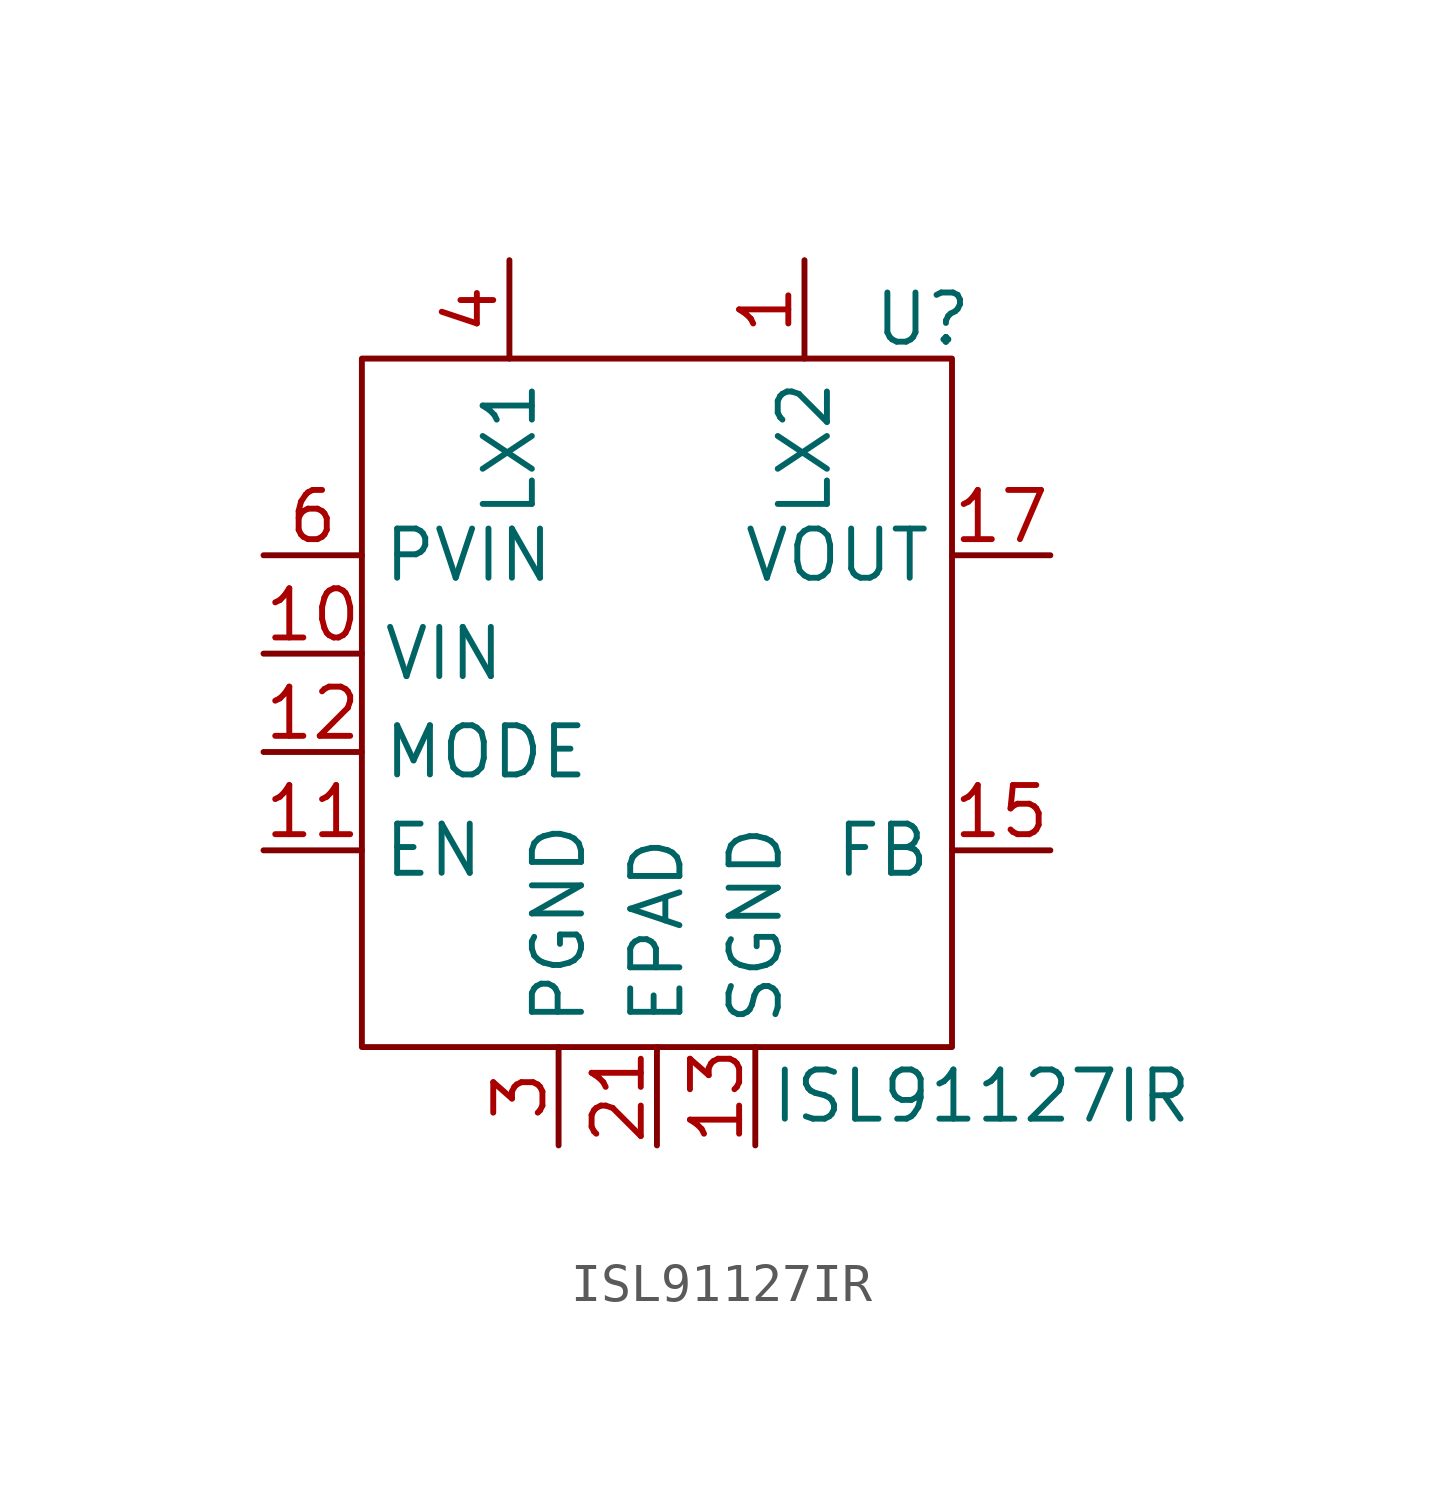
<source format=kicad_sym>
(kicad_symbol_lib
  (version 20231120)
  (generator "kicad_symbol_editor")
  (generator_version "8.0")
  (symbol "ISL91127IR"
    (property "Reference" "U"
      (at 6.858 7.366 0)
      (effects (font (size 1.27 1.27))))
    (property "Value" "ISL91127IR"
      (at 8.382 -12.7 0)
      (effects (font (size 1.27 1.27))))
    (symbol "ISL91127IR_0_1"
      (rectangle (start -7.62 6.35) (end 7.62 -11.43) (stroke (width 0) (type default)) (fill (type none))))
    (symbol "ISL91127IR_1_1"
      (pin bidirectional line (at 3.81 8.89 270) (length 2.54) (name "LX2" (effects (font (size 1.27 1.27)))) (number "1" (effects (font (size 1.27 1.27)))))
      (pin input line (at -10.16 -1.27 0) (length 2.54) (name "VIN" (effects (font (size 1.27 1.27)))) (number "10" (effects (font (size 1.27 1.27)))))
      (pin input line (at -10.16 -6.35 0) (length 2.54) (name "EN" (effects (font (size 1.27 1.27)))) (number "11" (effects (font (size 1.27 1.27)))))
      (pin input line (at -10.16 -3.81 0) (length 2.54) (name "MODE" (effects (font (size 1.27 1.27)))) (number "12" (effects (font (size 1.27 1.27)))))
      (pin power_in line (at 2.54 -13.97 90) (length 2.54) (name "SGND" (effects (font (size 1.27 1.27)))) (number "13" (effects (font (size 1.27 1.27)))))
      (pin power_in line (at 2.54 -13.97 90) (length 2.54) hide (name "SGND" (effects (font (size 1.27 1.27)))) (number "14" (effects (font (size 1.27 1.27)))))
      (pin input line (at 10.16 -6.35 180) (length 2.54) (name "FB" (effects (font (size 1.27 1.27)))) (number "15" (effects (font (size 1.27 1.27)))))
      (pin power_out line (at 10.16 1.27 180) (length 2.54) (name "VOUT" (effects (font (size 1.27 1.27)))) (number "17" (effects (font (size 1.27 1.27)))))
      (pin power_out line (at 10.16 1.27 180) (length 2.54) hide (name "VOUT" (effects (font (size 1.27 1.27)))) (number "18" (effects (font (size 1.27 1.27)))))
      (pin power_out line (at 10.16 1.27 180) (length 2.54) hide (name "VOUT" (effects (font (size 1.27 1.27)))) (number "19" (effects (font (size 1.27 1.27)))))
      (pin bidirectional line (at 3.81 8.89 270) (length 2.54) hide (name "LX2" (effects (font (size 1.27 1.27)))) (number "2" (effects (font (size 1.27 1.27)))))
      (pin power_out line (at 10.16 1.27 180) (length 2.54) hide (name "VOUT" (effects (font (size 1.27 1.27)))) (number "20" (effects (font (size 1.27 1.27)))))
      (pin power_in line (at 0 -13.97 90) (length 2.54) (name "EPAD" (effects (font (size 1.27 1.27)))) (number "21" (effects (font (size 1.27 1.27)))))
      (pin power_in line (at -2.54 -13.97 90) (length 2.54) (name "PGND" (effects (font (size 1.27 1.27)))) (number "3" (effects (font (size 1.27 1.27)))))
      (pin bidirectional line (at -3.81 8.89 270) (length 2.54) (name "LX1" (effects (font (size 1.27 1.27)))) (number "4" (effects (font (size 1.27 1.27)))))
      (pin bidirectional line (at -3.81 8.89 270) (length 2.54) hide (name "LX1" (effects (font (size 1.27 1.27)))) (number "5" (effects (font (size 1.27 1.27)))))
      (pin input line (at -10.16 1.27 0) (length 2.54) (name "PVIN" (effects (font (size 1.27 1.27)))) (number "6" (effects (font (size 1.27 1.27)))))
      (pin input line (at -10.16 1.27 0) (length 2.54) hide (name "PVIN" (effects (font (size 1.27 1.27)))) (number "7" (effects (font (size 1.27 1.27)))))
      (pin input line (at -10.16 1.27 0) (length 2.54) hide (name "PVIN" (effects (font (size 1.27 1.27)))) (number "8" (effects (font (size 1.27 1.27)))))
      (pin input line (at -10.16 1.27 0) (length 2.54) hide (name "PVIN" (effects (font (size 1.27 1.27)))) (number "9" (effects (font (size 1.27 1.27))))))))
</source>
